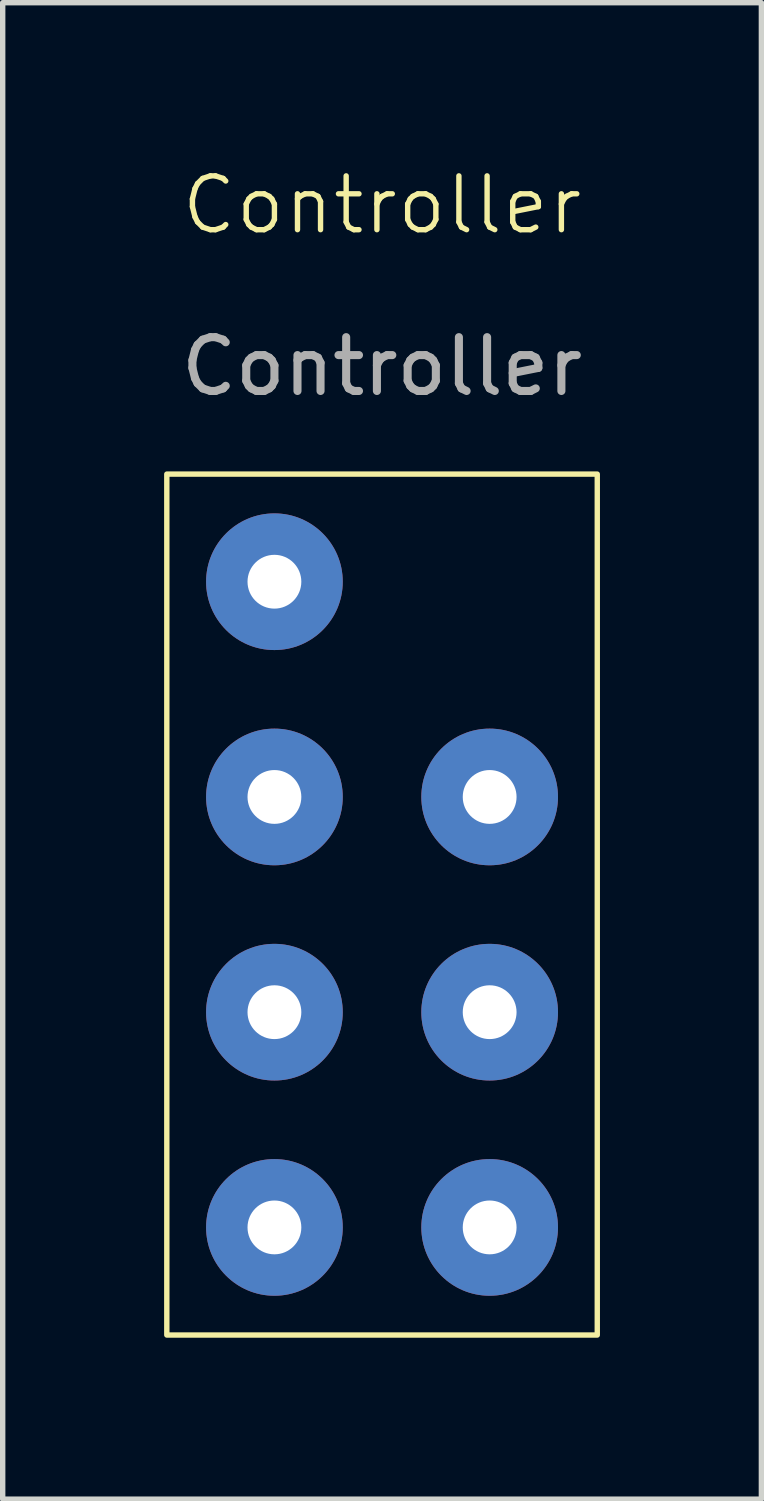
<source format=kicad_pcb>
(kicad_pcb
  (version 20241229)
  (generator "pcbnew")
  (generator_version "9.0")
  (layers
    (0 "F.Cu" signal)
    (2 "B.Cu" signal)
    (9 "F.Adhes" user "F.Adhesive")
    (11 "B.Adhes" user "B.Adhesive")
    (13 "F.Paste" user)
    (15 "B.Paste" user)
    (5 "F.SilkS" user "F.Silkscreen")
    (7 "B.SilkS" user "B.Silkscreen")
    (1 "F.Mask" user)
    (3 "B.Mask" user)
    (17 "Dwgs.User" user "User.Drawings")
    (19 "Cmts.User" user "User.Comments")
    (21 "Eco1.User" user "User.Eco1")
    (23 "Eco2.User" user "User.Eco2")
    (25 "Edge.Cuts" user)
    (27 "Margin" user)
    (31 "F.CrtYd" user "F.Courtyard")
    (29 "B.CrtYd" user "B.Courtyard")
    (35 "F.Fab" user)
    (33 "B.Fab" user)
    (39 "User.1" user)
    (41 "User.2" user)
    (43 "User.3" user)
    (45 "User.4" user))
  (footprint "Controller"
    (layer "F.Cu")
    (at 4.05 7.761)
    (property "Reference" "Controller" (at 0 -7 0) (unlocked yes) (layer "F.SilkS") (effects (font (size 1 1) (thickness 0.1))))
    (attr through_hole)
    (fp_rect (start -4 -2) (end 4 14) (stroke (width 0.1) (type default)) (fill no) (layer "F.SilkS"))
    (fp_text user "${REFERENCE}" (at 0 -4 0) (unlocked yes) (layer "F.Fab") (effects (font (size 1 1) (thickness 0.15))))
    (pad "1" thru_hole circle (at -2 0) (size 2.54 2.54) (drill 1) (layers "*.Cu" "*.Mask"))
    (pad "2" thru_hole circle (at -2 4) (size 2.54 2.54) (drill 1) (layers "*.Cu" "*.Mask"))
    (pad "3" thru_hole circle (at -2 8) (size 2.54 2.54) (drill 1) (layers "*.Cu" "*.Mask"))
    (pad "4" thru_hole circle (at -2 12) (size 2.54 2.54) (drill 1) (layers "*.Cu" "*.Mask"))
    (pad "5" thru_hole circle (at 2 12) (size 2.54 2.54) (drill 1) (layers "*.Cu" "*.Mask"))
    (pad "6" thru_hole circle (at 2 8) (size 2.54 2.54) (drill 1) (layers "*.Cu" "*.Mask"))
    (pad "7" thru_hole circle (at 2 4) (size 2.54 2.54) (drill 1) (layers "*.Cu" "*.Mask")))
  (gr_rect
    (start -3 -3)
    (end 11.1 24.811)
    (stroke (width 0.1) (type default))
    (fill no)
    (layer "Edge.Cuts")))
</source>
